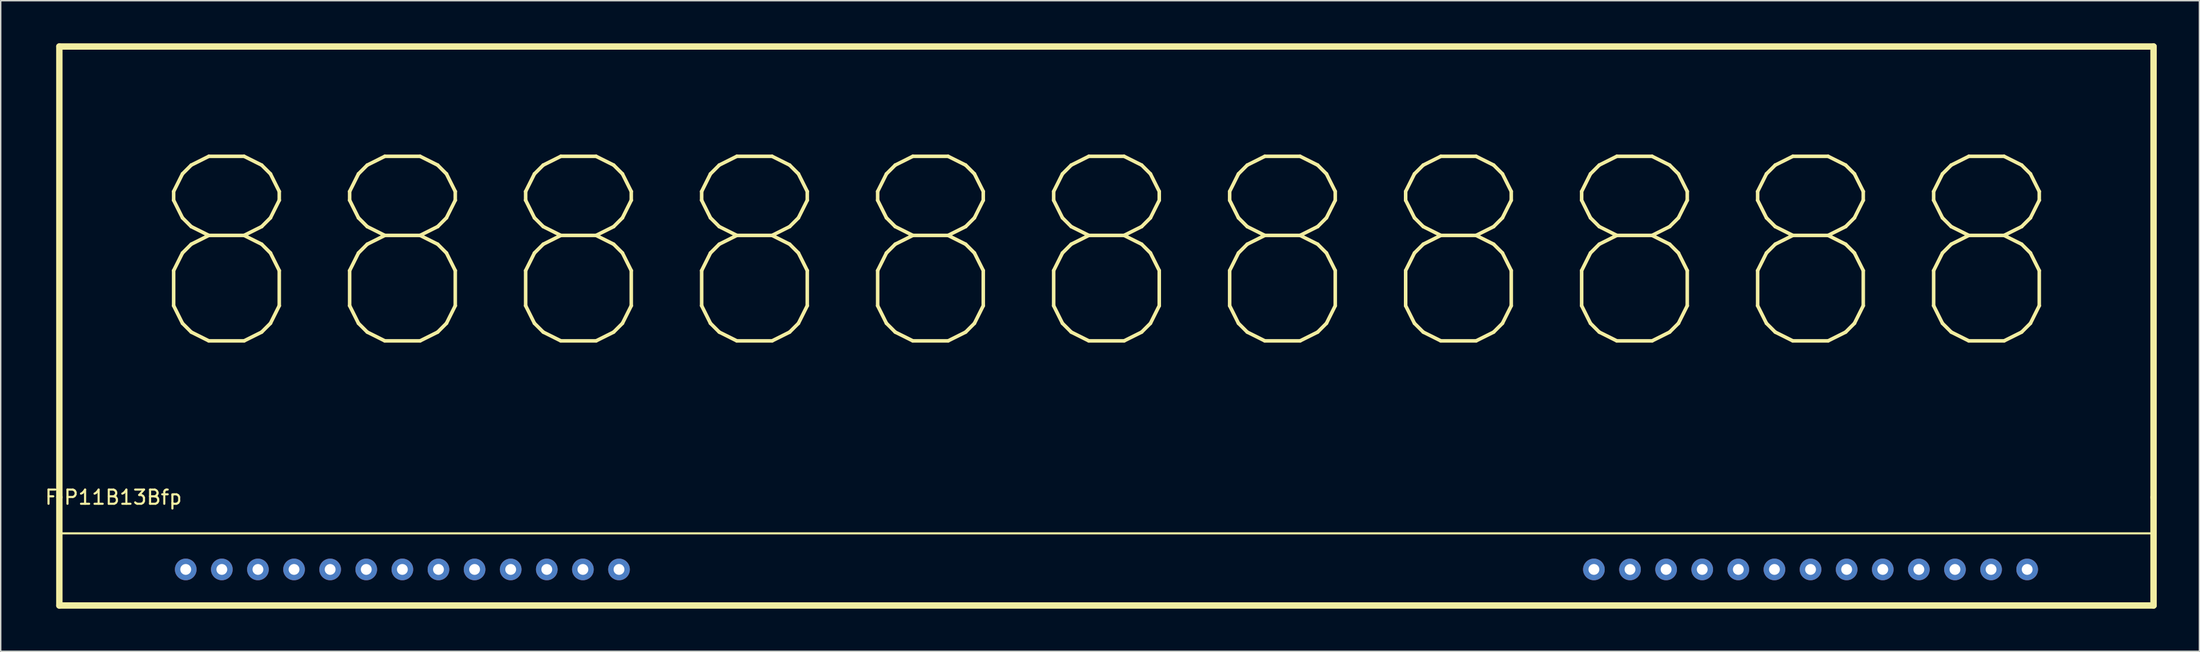
<source format=kicad_pcb>
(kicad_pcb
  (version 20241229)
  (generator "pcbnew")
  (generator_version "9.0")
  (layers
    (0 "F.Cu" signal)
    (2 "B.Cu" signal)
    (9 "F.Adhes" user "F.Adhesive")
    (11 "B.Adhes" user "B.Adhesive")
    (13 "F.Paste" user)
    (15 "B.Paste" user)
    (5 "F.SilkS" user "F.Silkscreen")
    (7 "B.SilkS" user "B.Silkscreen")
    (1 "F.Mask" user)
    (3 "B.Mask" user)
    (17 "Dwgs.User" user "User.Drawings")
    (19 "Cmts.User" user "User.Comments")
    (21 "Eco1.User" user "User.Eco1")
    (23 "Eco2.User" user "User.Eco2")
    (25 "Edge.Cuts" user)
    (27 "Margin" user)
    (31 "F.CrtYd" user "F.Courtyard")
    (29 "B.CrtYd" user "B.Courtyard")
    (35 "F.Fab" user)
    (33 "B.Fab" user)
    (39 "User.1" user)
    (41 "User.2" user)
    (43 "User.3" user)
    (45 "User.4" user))
  (footprint "FIP11B13Bfp"
    (layer "F.Cu")
    (at 74.785 20.545)
    (property "Reference" "FIP11B13Bfp" (at -69.85 11.43 0) (layer "F.SilkS") (effects (font (size 1 1) (thickness 0.15))))
    (attr through_hole)
    (fp_line (start -73.66 -20.32) (end 73.66 -20.32) (stroke (width 0.45) (type solid)) (layer "F.SilkS"))
    (fp_line (start -73.66 11.43) (end -73.66 -20.32) (stroke (width 0.45) (type solid)) (layer "F.SilkS"))
    (fp_line (start -73.66 11.43) (end -73.66 19.05) (stroke (width 0.45) (type solid)) (layer "F.SilkS"))
    (fp_line (start -73.66 13.97) (end 73.66 13.97) (stroke (width 0.15) (type solid)) (layer "F.SilkS"))
    (fp_line (start 73.66 -20.32) (end 73.66 11.43) (stroke (width 0.45) (type solid)) (layer "F.SilkS"))
    (fp_line (start 73.66 19.05) (end -73.66 19.05) (stroke (width 0.45) (type solid)) (layer "F.SilkS"))
    (fp_line (start 73.66 19.05) (end 73.66 11.43) (stroke (width 0.45) (type solid)) (layer "F.SilkS"))
    (fp_text user "88888888888" (at 0 -5.588 0) (layer "F.SilkS") (effects (font (size 13 13) (thickness 0.25))))
    (pad "1" thru_hole circle (at -64.77 16.51) (size 1.524 1.524) (drill 0.762) (layers "*.Cu" "*.Mask"))
    (pad "2" thru_hole circle (at -62.23 16.51) (size 1.524 1.524) (drill 0.762) (layers "*.Cu" "*.Mask"))
    (pad "3" thru_hole circle (at -59.69 16.51) (size 1.524 1.524) (drill 0.762) (layers "*.Cu" "*.Mask"))
    (pad "4" thru_hole circle (at -57.15 16.51) (size 1.524 1.524) (drill 0.762) (layers "*.Cu" "*.Mask"))
    (pad "5" thru_hole circle (at -54.61 16.51) (size 1.524 1.524) (drill 0.762) (layers "*.Cu" "*.Mask"))
    (pad "6" thru_hole circle (at -52.07 16.51) (size 1.524 1.524) (drill 0.762) (layers "*.Cu" "*.Mask"))
    (pad "7" thru_hole circle (at -49.53 16.51) (size 1.524 1.524) (drill 0.762) (layers "*.Cu" "*.Mask"))
    (pad "8" thru_hole circle (at -46.99 16.51) (size 1.524 1.524) (drill 0.762) (layers "*.Cu" "*.Mask"))
    (pad "9" thru_hole circle (at -44.45 16.51) (size 1.524 1.524) (drill 0.762) (layers "*.Cu" "*.Mask"))
    (pad "10" thru_hole circle (at -41.91 16.51) (size 1.524 1.524) (drill 0.762) (layers "*.Cu" "*.Mask"))
    (pad "11" thru_hole circle (at -39.37 16.51) (size 1.524 1.524) (drill 0.762) (layers "*.Cu" "*.Mask"))
    (pad "12" thru_hole circle (at -36.83 16.51) (size 1.524 1.524) (drill 0.762) (layers "*.Cu" "*.Mask"))
    (pad "13" thru_hole circle (at -34.29 16.51) (size 1.524 1.524) (drill 0.762) (layers "*.Cu" "*.Mask"))
    (pad "14" thru_hole circle (at 34.29 16.51) (size 1.524 1.524) (drill 0.762) (layers "*.Cu" "*.Mask"))
    (pad "15" thru_hole circle (at 36.83 16.51) (size 1.524 1.524) (drill 0.762) (layers "*.Cu" "*.Mask"))
    (pad "16" thru_hole circle (at 39.37 16.51) (size 1.524 1.524) (drill 0.762) (layers "*.Cu" "*.Mask"))
    (pad "17" thru_hole circle (at 41.91 16.51) (size 1.524 1.524) (drill 0.762) (layers "*.Cu" "*.Mask"))
    (pad "18" thru_hole circle (at 44.45 16.51) (size 1.524 1.524) (drill 0.762) (layers "*.Cu" "*.Mask"))
    (pad "19" thru_hole circle (at 46.99 16.51) (size 1.524 1.524) (drill 0.762) (layers "*.Cu" "*.Mask"))
    (pad "20" thru_hole circle (at 49.53 16.51) (size 1.524 1.524) (drill 0.762) (layers "*.Cu" "*.Mask"))
    (pad "21" thru_hole circle (at 52.07 16.51) (size 1.524 1.524) (drill 0.762) (layers "*.Cu" "*.Mask"))
    (pad "22" thru_hole circle (at 54.61 16.51) (size 1.524 1.524) (drill 0.762) (layers "*.Cu" "*.Mask"))
    (pad "23" thru_hole circle (at 57.15 16.51) (size 1.524 1.524) (drill 0.762) (layers "*.Cu" "*.Mask"))
    (pad "24" thru_hole circle (at 59.69 16.51) (size 1.524 1.524) (drill 0.762) (layers "*.Cu" "*.Mask"))
    (pad "25" thru_hole circle (at 62.23 16.51) (size 1.524 1.524) (drill 0.762) (layers "*.Cu" "*.Mask"))
    (pad "26" thru_hole circle (at 64.77 16.51) (size 1.524 1.524) (drill 0.762) (layers "*.Cu" "*.Mask")))
  (gr_rect
    (start -3 -3)
    (end 151.67 42.82)
    (stroke (width 0.1) (type default))
    (fill no)
    (layer "Edge.Cuts")))
</source>
